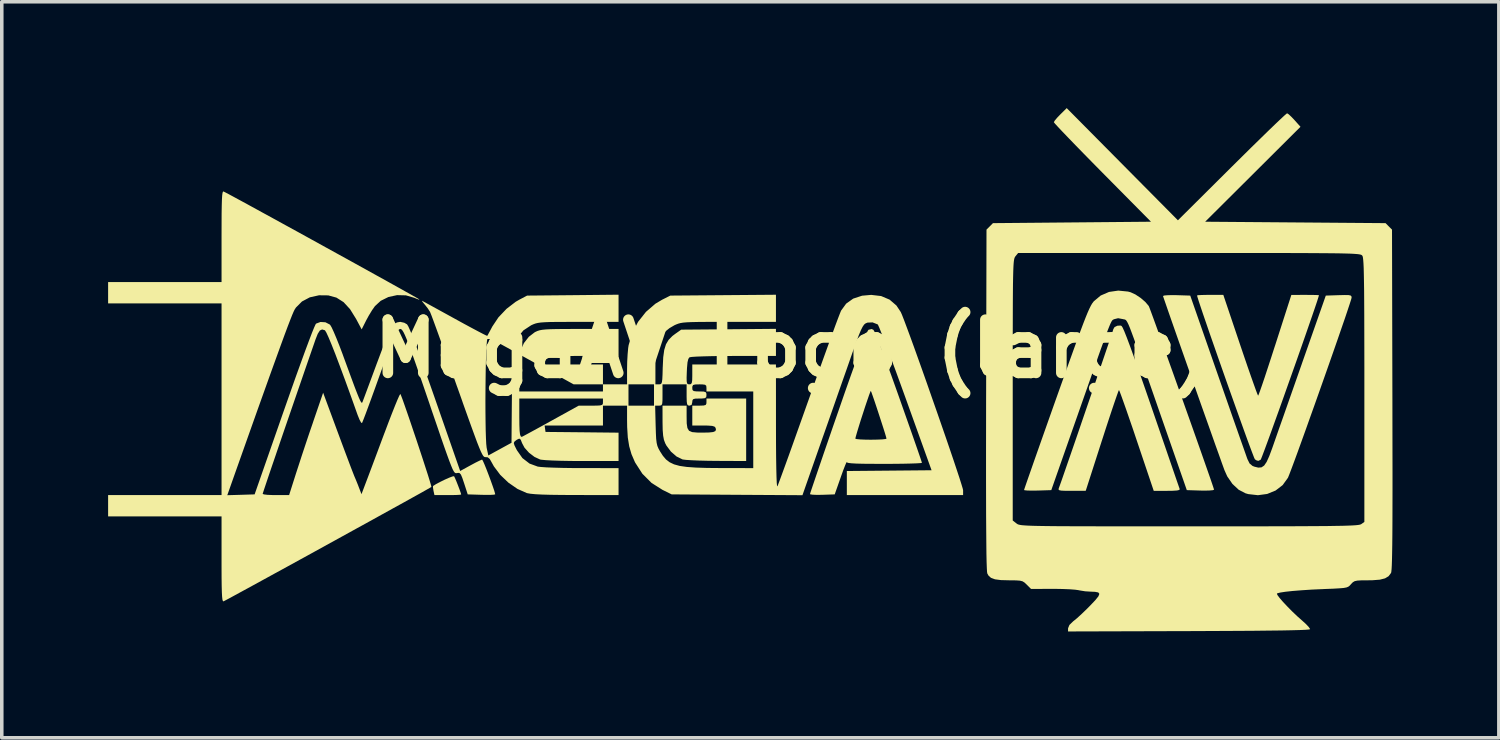
<source format=kicad_pcb>
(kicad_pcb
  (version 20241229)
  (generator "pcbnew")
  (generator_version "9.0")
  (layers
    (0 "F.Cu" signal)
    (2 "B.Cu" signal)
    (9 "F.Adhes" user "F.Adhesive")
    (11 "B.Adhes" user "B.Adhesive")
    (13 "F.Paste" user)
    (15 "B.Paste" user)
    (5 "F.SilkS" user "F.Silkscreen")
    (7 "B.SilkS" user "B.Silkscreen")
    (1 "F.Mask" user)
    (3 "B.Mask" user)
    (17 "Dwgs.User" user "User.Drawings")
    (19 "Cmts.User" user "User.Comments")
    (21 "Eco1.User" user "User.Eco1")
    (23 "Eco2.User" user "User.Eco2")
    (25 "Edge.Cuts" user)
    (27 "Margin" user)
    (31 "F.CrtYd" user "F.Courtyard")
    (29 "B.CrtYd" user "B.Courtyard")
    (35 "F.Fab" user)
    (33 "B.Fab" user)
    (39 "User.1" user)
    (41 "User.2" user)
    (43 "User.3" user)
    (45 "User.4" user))
  (footprint "MegaAV Logo (large)"
    (layer "F.Cu")
    (at 19.32 6.791)
    (property "Reference" "MegaAV Logo (large)" (at 0 0 0) (layer "F.SilkS") (effects (font (size 1.5 1.5) (thickness 0.3))))
    (attr board_only exclude_from_pos_files exclude_from_bom)
    (fp_poly (pts (xy -9.561 3.593) (xy -9.536 3.642) (xy -9.494 3.74) (xy -9.446 3.862) (xy -9.401 3.981) (xy -9.369 4.073) (xy -9.36 4.11) (xy -9.397 4.117) (xy -9.497 4.123) (xy -9.641 4.126) (xy -9.737 4.126) (xy -10.114 4.126) (xy -10.141 4.003) (xy -10.155 3.915) (xy -10.154 3.871) (xy -10.154 3.87) (xy -10.071 3.817) (xy -9.954 3.755) (xy -9.824 3.691) (xy -9.702 3.637) (xy -9.608 3.601) (xy -9.562 3.593)) (stroke (width 0) (type solid)) (fill yes) (layer "F.SilkS"))
    (fp_poly (pts (xy -1.32 2.284) (xy -1.32 3.165) (xy -2.15 3.161) (xy -2.409 3.158) (xy -2.649 3.152) (xy -2.856 3.143) (xy -3.014 3.133) (xy -3.11 3.121) (xy -3.12 3.118) (xy -3.283 3.038) (xy -3.441 2.901) (xy -3.569 2.73) (xy -3.604 2.664) (xy -3.64 2.567) (xy -3.662 2.449) (xy -3.675 2.291) (xy -3.679 2.073) (xy -3.679 2.053) (xy -3.68 1.603) (xy -3.34 1.603) (xy -3 1.603) (xy -3 1.906) (xy -2.997 2.103) (xy -2.978 2.233) (xy -2.932 2.311) (xy -2.844 2.349) (xy -2.702 2.362) (xy -2.561 2.364) (xy -2.371 2.36) (xy -2.251 2.347) (xy -2.188 2.32) (xy -2.172 2.275) (xy -2.184 2.227) (xy -2.213 2.194) (xy -2.28 2.174) (xy -2.399 2.165) (xy -2.524 2.163) (xy -2.84 2.163) (xy -2.84 1.883) (xy -2.84 1.603) (xy -2.64 1.603) (xy -2.521 1.599) (xy -2.462 1.583) (xy -2.442 1.543) (xy -2.44 1.502) (xy -2.44 1.402) (xy -1.88 1.402) (xy -1.32 1.402)) (stroke (width 0) (type solid)) (fill yes) (layer "F.SilkS"))
    (fp_poly (pts (xy 12.62 -0.101) (xy 12.729 0.22) (xy 12.83 0.515) (xy 12.921 0.776) (xy 12.999 0.996) (xy 13.06 1.166) (xy 13.102 1.277) (xy 13.122 1.321) (xy 13.123 1.322) (xy 13.14 1.285) (xy 13.179 1.18) (xy 13.236 1.016) (xy 13.309 0.801) (xy 13.394 0.542) (xy 13.49 0.249) (xy 13.593 -0.07) (xy 13.603 -0.099) (xy 14.06 -1.521) (xy 14.45 -1.522) (xy 14.615 -1.521) (xy 14.746 -1.519) (xy 14.824 -1.515) (xy 14.839 -1.512) (xy 14.824 -1.459) (xy 14.786 -1.338) (xy 14.726 -1.16) (xy 14.648 -0.932) (xy 14.554 -0.661) (xy 14.448 -0.355) (xy 14.332 -0.023) (xy 14.209 0.327) (xy 14.081 0.688) (xy 13.952 1.051) (xy 13.825 1.41) (xy 13.702 1.754) (xy 13.585 2.078) (xy 13.479 2.373) (xy 13.385 2.63) (xy 13.307 2.842) (xy 13.247 3.001) (xy 13.208 3.1) (xy 13.194 3.129) (xy 13.127 3.161) (xy 13.069 3.143) (xy 13.031 3.115) (xy 13.011 3.073) (xy 12.968 2.962) (xy 12.904 2.793) (xy 12.822 2.571) (xy 12.726 2.306) (xy 12.618 2.005) (xy 12.5 1.676) (xy 12.376 1.328) (xy 12.248 0.968) (xy 12.12 0.605) (xy 11.994 0.246) (xy 11.873 -0.101) (xy 11.759 -0.427) (xy 11.657 -0.725) (xy 11.567 -0.987) (xy 11.494 -1.204) (xy 11.44 -1.368) (xy 11.408 -1.473) (xy 11.4 -1.507) (xy 11.437 -1.514) (xy 11.537 -1.519) (xy 11.681 -1.522) (xy 11.77 -1.522) (xy 12.141 -1.522)) (stroke (width 0) (type solid)) (fill yes) (layer "F.SilkS"))
    (fp_poly (pts (xy 9.27 -0.646) (xy 9.298 -0.604) (xy 9.348 -0.494) (xy 9.419 -0.316) (xy 9.512 -0.068) (xy 9.627 0.25) (xy 9.766 0.641) (xy 9.928 1.105) (xy 10.115 1.645) (xy 10.116 1.649) (xy 10.256 2.056) (xy 10.389 2.442) (xy 10.512 2.799) (xy 10.622 3.12) (xy 10.718 3.399) (xy 10.797 3.629) (xy 10.857 3.803) (xy 10.896 3.914) (xy 10.91 3.956) (xy 10.899 3.981) (xy 10.836 3.996) (xy 10.711 4.004) (xy 10.553 4.006) (xy 10.178 4.006) (xy 9.699 2.585) (xy 9.591 2.264) (xy 9.489 1.969) (xy 9.399 1.708) (xy 9.321 1.488) (xy 9.26 1.318) (xy 9.218 1.207) (xy 9.198 1.163) (xy 9.197 1.162) (xy 9.18 1.199) (xy 9.142 1.304) (xy 9.085 1.468) (xy 9.012 1.683) (xy 8.926 1.942) (xy 8.83 2.234) (xy 8.727 2.553) (xy 8.717 2.583) (xy 8.26 4.004) (xy 7.866 4.005) (xy 7.686 4.005) (xy 7.572 4) (xy 7.512 3.988) (xy 7.492 3.967) (xy 7.498 3.936) (xy 7.526 3.86) (xy 7.576 3.72) (xy 7.644 3.524) (xy 7.728 3.281) (xy 7.826 2.999) (xy 7.934 2.686) (xy 8.05 2.35) (xy 8.17 1.998) (xy 8.293 1.64) (xy 8.416 1.283) (xy 8.535 0.935) (xy 8.647 0.605) (xy 8.751 0.3) (xy 8.843 0.029) (xy 8.921 -0.2) (xy 8.982 -0.38) (xy 9.022 -0.502) (xy 9.039 -0.558) (xy 9.04 -0.56) (xy 9.074 -0.615) (xy 9.152 -0.652) (xy 9.24 -0.657)) (stroke (width 0) (type solid)) (fill yes) (layer "F.SilkS"))
    (fp_poly (pts (xy 15.675 -1.516) (xy 15.733 -1.504) (xy 15.756 -1.48) (xy 15.76 -1.444) (xy 15.747 -1.393) (xy 15.709 -1.274) (xy 15.65 -1.095) (xy 15.572 -0.863) (xy 15.477 -0.588) (xy 15.369 -0.275) (xy 15.25 0.066) (xy 15.123 0.429) (xy 14.99 0.806) (xy 14.855 1.188) (xy 14.72 1.569) (xy 14.587 1.94) (xy 14.461 2.294) (xy 14.342 2.624) (xy 14.235 2.92) (xy 14.141 3.176) (xy 14.063 3.385) (xy 14.005 3.537) (xy 13.969 3.626) (xy 13.963 3.639) (xy 13.815 3.844) (xy 13.616 3.997) (xy 13.378 4.094) (xy 13.117 4.129) (xy 12.845 4.098) (xy 12.766 4.075) (xy 12.574 3.975) (xy 12.398 3.811) (xy 12.251 3.597) (xy 12.174 3.425) (xy 12.102 3.227) (xy 12.014 2.979) (xy 11.91 2.69) (xy 11.796 2.367) (xy 11.672 2.018) (xy 11.541 1.65) (xy 11.407 1.271) (xy 11.272 0.888) (xy 11.138 0.509) (xy 11.009 0.142) (xy 10.886 -0.207) (xy 10.773 -0.529) (xy 10.672 -0.817) (xy 10.586 -1.064) (xy 10.518 -1.261) (xy 10.469 -1.402) (xy 10.443 -1.479) (xy 10.44 -1.491) (xy 10.477 -1.505) (xy 10.577 -1.513) (xy 10.722 -1.516) (xy 10.824 -1.514) (xy 11.208 -1.502) (xy 11.983 0.721) (xy 12.126 1.13) (xy 12.262 1.52) (xy 12.389 1.884) (xy 12.505 2.214) (xy 12.607 2.505) (xy 12.693 2.748) (xy 12.759 2.935) (xy 12.803 3.061) (xy 12.822 3.113) (xy 12.882 3.234) (xy 12.963 3.302) (xy 13.017 3.324) (xy 13.128 3.351) (xy 13.217 3.344) (xy 13.293 3.293) (xy 13.363 3.19) (xy 13.437 3.026) (xy 13.518 2.809) (xy 13.564 2.678) (xy 13.633 2.48) (xy 13.722 2.226) (xy 13.828 1.926) (xy 13.947 1.587) (xy 14.075 1.222) (xy 14.21 0.838) (xy 14.348 0.445) (xy 14.356 0.421) (xy 15.032 -1.502) (xy 15.396 -1.514) (xy 15.568 -1.518)) (stroke (width 0) (type solid)) (fill yes) (layer "F.SilkS"))
    (fp_poly (pts (xy 2.268 -0.538) (xy 2.297 -0.49) (xy 2.351 -0.37) (xy 2.427 -0.182) (xy 2.523 0.069) (xy 2.639 0.379) (xy 2.773 0.745) (xy 2.922 1.162) (xy 2.987 1.345) (xy 3.116 1.711) (xy 3.237 2.054) (xy 3.347 2.366) (xy 3.443 2.641) (xy 3.523 2.871) (xy 3.584 3.048) (xy 3.623 3.165) (xy 3.639 3.214) (xy 3.639 3.215) (xy 3.601 3.223) (xy 3.493 3.23) (xy 3.327 3.236) (xy 3.111 3.241) (xy 2.857 3.244) (xy 2.58 3.245) (xy 2.246 3.244) (xy 1.984 3.242) (xy 1.789 3.237) (xy 1.651 3.229) (xy 1.566 3.219) (xy 1.524 3.205) (xy 1.518 3.195) (xy 1.505 3.211) (xy 1.471 3.291) (xy 1.42 3.421) (xy 1.359 3.591) (xy 1.347 3.626) (xy 1.178 4.106) (xy 0.829 4.118) (xy 0.673 4.12) (xy 0.554 4.115) (xy 0.488 4.104) (xy 0.481 4.098) (xy 0.493 4.055) (xy 0.53 3.944) (xy 0.589 3.77) (xy 0.667 3.54) (xy 0.762 3.262) (xy 0.872 2.94) (xy 0.995 2.583) (xy 1.012 2.534) (xy 1.76 2.534) (xy 1.797 2.546) (xy 1.898 2.556) (xy 2.047 2.562) (xy 2.2 2.564) (xy 2.377 2.561) (xy 2.519 2.555) (xy 2.612 2.544) (xy 2.639 2.534) (xy 2.627 2.485) (xy 2.595 2.377) (xy 2.547 2.225) (xy 2.488 2.043) (xy 2.424 1.846) (xy 2.36 1.651) (xy 2.3 1.472) (xy 2.249 1.325) (xy 2.213 1.224) (xy 2.197 1.185) (xy 2.181 1.216) (xy 2.146 1.309) (xy 2.098 1.449) (xy 2.039 1.623) (xy 1.977 1.814) (xy 1.914 2.008) (xy 1.857 2.192) (xy 1.809 2.35) (xy 1.775 2.468) (xy 1.76 2.53) (xy 1.76 2.534) (xy 1.012 2.534) (xy 1.128 2.197) (xy 1.27 1.789) (xy 1.271 1.787) (xy 1.458 1.246) (xy 1.624 0.776) (xy 1.768 0.375) (xy 1.888 0.046) (xy 1.985 -0.211) (xy 2.059 -0.395) (xy 2.108 -0.504) (xy 2.13 -0.537) (xy 2.218 -0.559)) (stroke (width 0) (type solid)) (fill yes) (layer "F.SilkS"))
    (fp_poly (pts (xy 9.45 -1.616) (xy 9.526 -1.596) (xy 9.659 -1.535) (xy 9.807 -1.437) (xy 9.94 -1.323) (xy 10.032 -1.215) (xy 10.042 -1.198) (xy 10.062 -1.148) (xy 10.106 -1.03) (xy 10.171 -0.853) (xy 10.254 -0.624) (xy 10.353 -0.35) (xy 10.465 -0.039) (xy 10.586 0.301) (xy 10.716 0.663) (xy 10.85 1.04) (xy 10.986 1.423) (xy 11.122 1.806) (xy 11.255 2.18) (xy 11.382 2.539) (xy 11.5 2.874) (xy 11.607 3.179) (xy 11.7 3.445) (xy 11.777 3.665) (xy 11.834 3.832) (xy 11.869 3.938) (xy 11.88 3.974) (xy 11.843 3.988) (xy 11.743 3.997) (xy 11.598 4) (xy 11.496 3.998) (xy 11.111 3.986) (xy 10.336 1.763) (xy 10.161 1.259) (xy 10.01 0.826) (xy 9.882 0.458) (xy 9.774 0.149) (xy 9.684 -0.106) (xy 9.61 -0.311) (xy 9.55 -0.473) (xy 9.503 -0.597) (xy 9.465 -0.687) (xy 9.434 -0.75) (xy 9.409 -0.791) (xy 9.388 -0.814) (xy 9.368 -0.826) (xy 9.347 -0.831) (xy 9.324 -0.835) (xy 9.303 -0.84) (xy 9.172 -0.864) (xy 9.068 -0.838) (xy 9.05 -0.831) (xy 9.034 -0.824) (xy 9.019 -0.814) (xy 9.002 -0.795) (xy 8.982 -0.762) (xy 8.957 -0.711) (xy 8.925 -0.636) (xy 8.884 -0.533) (xy 8.833 -0.398) (xy 8.77 -0.225) (xy 8.692 -0.01) (xy 8.599 0.252) (xy 8.488 0.567) (xy 8.358 0.938) (xy 8.206 1.37) (xy 8.031 1.869) (xy 7.843 2.404) (xy 7.288 3.986) (xy 6.904 3.998) (xy 6.74 4) (xy 6.611 3.997) (xy 6.534 3.989) (xy 6.52 3.982) (xy 6.533 3.94) (xy 6.571 3.829) (xy 6.631 3.656) (xy 6.712 3.425) (xy 6.81 3.144) (xy 6.925 2.818) (xy 7.053 2.455) (xy 7.193 2.059) (xy 7.342 1.638) (xy 7.43 1.39) (xy 7.611 0.882) (xy 7.767 0.443) (xy 7.902 0.068) (xy 8.016 -0.247) (xy 8.113 -0.509) (xy 8.194 -0.724) (xy 8.261 -0.896) (xy 8.317 -1.032) (xy 8.364 -1.137) (xy 8.404 -1.217) (xy 8.439 -1.277) (xy 8.472 -1.322) (xy 8.49 -1.344) (xy 8.682 -1.504) (xy 8.916 -1.605) (xy 9.177 -1.643)) (stroke (width 0) (type solid)) (fill yes) (layer "F.SilkS"))
    (fp_poly (pts (xy 9.292 -5.208) (xy 10.86 -3.626) (xy 12.38 -5.137) (xy 12.669 -5.423) (xy 12.941 -5.692) (xy 13.192 -5.937) (xy 13.415 -6.155) (xy 13.606 -6.339) (xy 13.759 -6.484) (xy 13.869 -6.586) (xy 13.93 -6.638) (xy 13.94 -6.645) (xy 13.986 -6.616) (xy 14.065 -6.542) (xy 14.149 -6.453) (xy 14.318 -6.264) (xy 12.974 -4.925) (xy 11.629 -3.586) (xy 14.174 -3.566) (xy 16.718 -3.546) (xy 16.809 -3.454) (xy 16.9 -3.363) (xy 16.911 1.433) (xy 16.912 2.188) (xy 16.913 2.865) (xy 16.914 3.47) (xy 16.914 4.005) (xy 16.913 4.474) (xy 16.912 4.881) (xy 16.91 5.229) (xy 16.907 5.522) (xy 16.903 5.764) (xy 16.899 5.957) (xy 16.894 6.106) (xy 16.888 6.213) (xy 16.881 6.284) (xy 16.874 6.32) (xy 16.872 6.323) (xy 16.804 6.414) (xy 16.703 6.475) (xy 16.557 6.512) (xy 16.351 6.528) (xy 16.22 6.53) (xy 16.041 6.531) (xy 15.923 6.538) (xy 15.848 6.554) (xy 15.796 6.584) (xy 15.748 6.633) (xy 15.742 6.64) (xy 15.706 6.68) (xy 15.668 6.71) (xy 15.616 6.731) (xy 15.537 6.746) (xy 15.418 6.756) (xy 15.247 6.766) (xy 15.011 6.775) (xy 14.954 6.778) (xy 14.638 6.792) (xy 14.349 6.811) (xy 14.097 6.831) (xy 13.892 6.853) (xy 13.744 6.876) (xy 13.662 6.898) (xy 13.653 6.905) (xy 13.666 6.944) (xy 13.727 7.026) (xy 13.825 7.139) (xy 13.949 7.271) (xy 14.087 7.411) (xy 14.229 7.546) (xy 14.351 7.654) (xy 14.465 7.757) (xy 14.548 7.844) (xy 14.587 7.901) (xy 14.588 7.91) (xy 14.554 7.918) (xy 14.458 7.926) (xy 14.298 7.933) (xy 14.071 7.939) (xy 13.776 7.945) (xy 13.41 7.949) (xy 12.973 7.954) (xy 12.462 7.957) (xy 11.874 7.96) (xy 11.209 7.963) (xy 11.167 7.963) (xy 7.76 7.973) (xy 7.761 7.883) (xy 7.799 7.79) (xy 7.908 7.684) (xy 7.923 7.673) (xy 8.02 7.593) (xy 8.151 7.473) (xy 8.297 7.332) (xy 8.389 7.239) (xy 8.533 7.087) (xy 8.618 6.98) (xy 8.644 6.912) (xy 8.612 6.872) (xy 8.522 6.855) (xy 8.4 6.85) (xy 8.243 6.84) (xy 8.087 6.815) (xy 8.06 6.809) (xy 7.962 6.795) (xy 7.804 6.783) (xy 7.605 6.775) (xy 7.383 6.771) (xy 7.308 6.771) (xy 6.717 6.774) (xy 6.595 6.652) (xy 6.535 6.595) (xy 6.478 6.559) (xy 6.404 6.54) (xy 6.293 6.532) (xy 6.125 6.53) (xy 6.099 6.53) (xy 5.866 6.524) (xy 5.699 6.502) (xy 5.586 6.46) (xy 5.514 6.394) (xy 5.482 6.335) (xy 5.475 6.287) (xy 5.469 6.18) (xy 5.463 6.011) (xy 5.458 5.779) (xy 5.455 5.481) (xy 5.452 5.117) (xy 5.449 4.683) (xy 5.448 4.179) (xy 5.447 3.602) (xy 5.447 2.951) (xy 5.448 2.223) (xy 5.449 1.433) (xy 5.45 1.126) (xy 6.2 1.126) (xy 6.2 1.163) (xy 6.2 4.842) (xy 6.305 4.925) (xy 6.322 4.937) (xy 6.341 4.949) (xy 6.367 4.958) (xy 6.405 4.967) (xy 6.458 4.975) (xy 6.531 4.981) (xy 6.628 4.987) (xy 6.754 4.992) (xy 6.913 4.996) (xy 7.109 4.999) (xy 7.347 5.002) (xy 7.63 5.004) (xy 7.964 5.005) (xy 8.352 5.006) (xy 8.8 5.007) (xy 9.31 5.008) (xy 9.888 5.008) (xy 10.537 5.008) (xy 11.176 5.008) (xy 11.9 5.008) (xy 12.548 5.008) (xy 13.124 5.007) (xy 13.633 5.006) (xy 14.079 5.005) (xy 14.465 5.003) (xy 14.797 5.001) (xy 15.079 4.999) (xy 15.314 4.995) (xy 15.507 4.992) (xy 15.663 4.987) (xy 15.784 4.982) (xy 15.876 4.976) (xy 15.943 4.969) (xy 15.989 4.961) (xy 16.018 4.952) (xy 16.031 4.946) (xy 16.12 4.883) (xy 16.12 1.167) (xy 16.12 0.525) (xy 16.119 -0.041) (xy 16.118 -0.536) (xy 16.117 -0.965) (xy 16.115 -1.333) (xy 16.113 -1.643) (xy 16.109 -1.902) (xy 16.105 -2.112) (xy 16.101 -2.279) (xy 16.095 -2.407) (xy 16.088 -2.502) (xy 16.081 -2.567) (xy 16.072 -2.608) (xy 16.063 -2.626) (xy 16.053 -2.638) (xy 16.038 -2.649) (xy 16.014 -2.658) (xy 15.976 -2.666) (xy 15.921 -2.673) (xy 15.844 -2.679) (xy 15.74 -2.685) (xy 15.606 -2.689) (xy 15.438 -2.693) (xy 15.23 -2.696) (xy 14.979 -2.698) (xy 14.681 -2.7) (xy 14.331 -2.702) (xy 13.924 -2.703) (xy 13.458 -2.704) (xy 12.927 -2.704) (xy 12.328 -2.704) (xy 11.655 -2.704) (xy 11.18 -2.704) (xy 6.353 -2.704) (xy 6.276 -2.61) (xy 6.263 -2.591) (xy 6.252 -2.568) (xy 6.242 -2.533) (xy 6.233 -2.483) (xy 6.226 -2.413) (xy 6.22 -2.317) (xy 6.215 -2.191) (xy 6.211 -2.03) (xy 6.207 -1.828) (xy 6.205 -1.581) (xy 6.203 -1.284) (xy 6.202 -0.932) (xy 6.201 -0.52) (xy 6.2 -0.043) (xy 6.2 0.504) (xy 6.2 1.126) (xy 5.45 1.126) (xy 5.46 -3.363) (xy 5.551 -3.454) (xy 5.642 -3.546) (xy 7.871 -3.566) (xy 10.1 -3.586) (xy 8.73 -4.97) (xy 8.458 -5.246) (xy 8.204 -5.505) (xy 7.973 -5.742) (xy 7.771 -5.951) (xy 7.603 -6.126) (xy 7.475 -6.262) (xy 7.392 -6.353) (xy 7.36 -6.393) (xy 7.36 -6.394) (xy 7.387 -6.441) (xy 7.456 -6.523) (xy 7.542 -6.612) (xy 7.723 -6.791)) (stroke (width 0) (type solid)) (fill yes) (layer "F.SilkS"))
    (fp_poly (pts (xy -16.024 -4.419) (xy -15.917 -4.363) (xy -15.754 -4.275) (xy -15.54 -4.159) (xy -15.283 -4.019) (xy -14.988 -3.857) (xy -14.662 -3.679) (xy -14.313 -3.487) (xy -13.946 -3.286) (xy -13.567 -3.077) (xy -13.185 -2.866) (xy -12.804 -2.656) (xy -12.432 -2.451) (xy -12.075 -2.253) (xy -11.739 -2.067) (xy -11.432 -1.897) (xy -11.16 -1.745) (xy -10.929 -1.616) (xy -10.745 -1.513) (xy -10.616 -1.44) (xy -10.549 -1.4) (xy -10.54 -1.394) (xy -10.549 -1.388) (xy -10.614 -1.411) (xy -10.68 -1.439) (xy -10.919 -1.509) (xy -11.169 -1.515) (xy -11.413 -1.462) (xy -11.629 -1.355) (xy -11.791 -1.207) (xy -11.873 -1.091) (xy -11.966 -0.938) (xy -12.039 -0.804) (xy -12.167 -0.549) (xy -12.325 -0.845) (xy -12.495 -1.119) (xy -12.677 -1.317) (xy -12.879 -1.445) (xy -13.109 -1.508) (xy -13.37 -1.511) (xy -13.63 -1.453) (xy -13.851 -1.336) (xy -14.021 -1.165) (xy -14.059 -1.106) (xy -14.086 -1.051) (xy -14.128 -0.953) (xy -14.185 -0.809) (xy -14.259 -0.616) (xy -14.35 -0.372) (xy -14.459 -0.074) (xy -14.588 0.282) (xy -14.738 0.697) (xy -14.909 1.175) (xy -15.103 1.717) (xy -15.32 2.328) (xy -15.562 3.01) (xy -15.763 3.577) (xy -15.958 4.129) (xy -15.573 4.118) (xy -15.187 4.106) (xy -14.355 1.723) (xy -14.184 1.237) (xy -14.028 0.795) (xy -13.886 0.402) (xy -13.762 0.061) (xy -13.656 -0.223) (xy -13.571 -0.446) (xy -13.507 -0.604) (xy -13.466 -0.693) (xy -13.454 -0.711) (xy -13.329 -0.758) (xy -13.189 -0.749) (xy -13.07 -0.688) (xy -13.053 -0.671) (xy -13.015 -0.607) (xy -12.956 -0.48) (xy -12.881 -0.303) (xy -12.796 -0.09) (xy -12.706 0.147) (xy -12.687 0.2) (xy -12.555 0.56) (xy -12.448 0.851) (xy -12.363 1.08) (xy -12.296 1.253) (xy -12.246 1.377) (xy -12.209 1.459) (xy -12.183 1.505) (xy -12.165 1.522) (xy -12.152 1.516) (xy -12.143 1.498) (xy -12.122 1.442) (xy -12.076 1.32) (xy -12.011 1.145) (xy -11.93 0.927) (xy -11.837 0.676) (xy -11.736 0.403) (xy -11.735 0.401) (xy -11.61 0.068) (xy -11.5 -0.212) (xy -11.408 -0.433) (xy -11.336 -0.59) (xy -11.286 -0.677) (xy -11.274 -0.691) (xy -11.17 -0.745) (xy -11.08 -0.761) (xy -10.965 -0.736) (xy -10.887 -0.691) (xy -10.853 -0.636) (xy -10.796 -0.51) (xy -10.717 -0.312) (xy -10.614 -0.04) (xy -10.488 0.305) (xy -10.338 0.724) (xy -10.164 1.219) (xy -10.096 1.413) (xy -9.388 3.446) (xy -9.096 3.286) (xy -8.958 3.212) (xy -8.845 3.156) (xy -8.778 3.127) (xy -8.769 3.125) (xy -8.747 3.16) (xy -8.705 3.254) (xy -8.65 3.389) (xy -8.589 3.548) (xy -8.527 3.714) (xy -8.471 3.871) (xy -8.427 4) (xy -8.403 4.086) (xy -8.4 4.105) (xy -8.437 4.114) (xy -8.537 4.12) (xy -8.682 4.12) (xy -8.788 4.118) (xy -9.175 4.106) (xy -9.276 3.795) (xy -9.328 3.641) (xy -9.366 3.55) (xy -9.401 3.508) (xy -9.442 3.499) (xy -9.479 3.505) (xy -9.501 3.508) (xy -9.523 3.504) (xy -9.545 3.488) (xy -9.571 3.452) (xy -9.603 3.391) (xy -9.642 3.298) (xy -9.692 3.169) (xy -9.755 2.997) (xy -9.834 2.775) (xy -9.93 2.499) (xy -10.045 2.161) (xy -10.184 1.757) (xy -10.258 1.537) (xy -10.415 1.079) (xy -10.548 0.692) (xy -10.661 0.369) (xy -10.755 0.105) (xy -10.832 -0.105) (xy -10.896 -0.267) (xy -10.947 -0.388) (xy -10.988 -0.472) (xy -11.022 -0.525) (xy -11.05 -0.553) (xy -11.074 -0.561) (xy -11.075 -0.561) (xy -11.11 -0.55) (xy -11.148 -0.514) (xy -11.192 -0.446) (xy -11.246 -0.339) (xy -11.312 -0.186) (xy -11.393 0.02) (xy -11.492 0.285) (xy -11.612 0.615) (xy -11.679 0.801) (xy -11.787 1.103) (xy -11.888 1.381) (xy -11.978 1.626) (xy -12.053 1.829) (xy -12.111 1.98) (xy -12.148 2.072) (xy -12.159 2.095) (xy -12.185 2.077) (xy -12.227 2) (xy -12.276 1.879) (xy -12.278 1.875) (xy -12.464 1.354) (xy -12.632 0.891) (xy -12.781 0.49) (xy -12.909 0.151) (xy -13.017 -0.122) (xy -13.102 -0.326) (xy -13.164 -0.46) (xy -13.202 -0.521) (xy -13.205 -0.524) (xy -13.283 -0.547) (xy -13.347 -0.517) (xy -13.406 -0.424) (xy -13.467 -0.27) (xy -13.614 0.154) (xy -13.764 0.587) (xy -13.914 1.023) (xy -14.063 1.455) (xy -14.208 1.876) (xy -14.347 2.28) (xy -14.477 2.66) (xy -14.596 3.01) (xy -14.703 3.322) (xy -14.794 3.59) (xy -14.867 3.808) (xy -14.921 3.969) (xy -14.952 4.065) (xy -14.96 4.092) (xy -14.923 4.107) (xy -14.823 4.119) (xy -14.679 4.125) (xy -14.587 4.126) (xy -14.214 4.126) (xy -14.021 3.519) (xy -13.945 3.286) (xy -13.852 3) (xy -13.748 2.687) (xy -13.642 2.371) (xy -13.541 2.077) (xy -13.541 2.075) (xy -13.254 1.238) (xy -12.842 2.352) (xy -12.735 2.64) (xy -12.635 2.908) (xy -12.545 3.147) (xy -12.471 3.344) (xy -12.414 3.491) (xy -12.381 3.575) (xy -12.377 3.586) (xy -12.33 3.696) (xy -12.273 3.837) (xy -12.248 3.903) (xy -12.172 4.1) (xy -12.052 3.783) (xy -12.006 3.662) (xy -11.937 3.479) (xy -11.85 3.247) (xy -11.75 2.98) (xy -11.642 2.69) (xy -11.53 2.39) (xy -11.516 2.355) (xy -11.411 2.076) (xy -11.314 1.825) (xy -11.229 1.611) (xy -11.159 1.441) (xy -11.108 1.326) (xy -11.079 1.275) (xy -11.076 1.273) (xy -11.055 1.319) (xy -11.013 1.429) (xy -10.955 1.593) (xy -10.883 1.8) (xy -10.801 2.039) (xy -10.713 2.3) (xy -10.621 2.572) (xy -10.531 2.844) (xy -10.444 3.107) (xy -10.366 3.348) (xy -10.298 3.558) (xy -10.246 3.727) (xy -10.212 3.842) (xy -10.2 3.895) (xy -10.2 3.896) (xy -10.24 3.92) (xy -10.344 3.979) (xy -10.505 4.07) (xy -10.718 4.188) (xy -10.975 4.331) (xy -11.271 4.494) (xy -11.598 4.675) (xy -11.952 4.871) (xy -12.325 5.076) (xy -12.711 5.289) (xy -13.104 5.505) (xy -13.497 5.722) (xy -13.885 5.935) (xy -14.26 6.141) (xy -14.617 6.336) (xy -14.949 6.518) (xy -15.25 6.683) (xy -15.513 6.826) (xy -15.733 6.946) (xy -15.902 7.038) (xy -16.015 7.098) (xy -16.065 7.124) (xy -16.067 7.124) (xy -16.082 7.115) (xy -16.095 7.074) (xy -16.104 6.995) (xy -16.111 6.869) (xy -16.116 6.689) (xy -16.119 6.448) (xy -16.12 6.138) (xy -16.12 5.932) (xy -16.12 4.727) (xy -17.72 4.727) (xy -19.32 4.727) (xy -19.32 4.427) (xy -19.32 4.126) (xy -17.72 4.126) (xy -16.12 4.126) (xy -16.12 1.422) (xy -16.12 -1.282) (xy -17.72 -1.282) (xy -19.32 -1.282) (xy -19.32 -1.582) (xy -19.32 -1.883) (xy -17.72 -1.883) (xy -16.12 -1.883) (xy -16.12 -3.168) (xy -16.119 -3.532) (xy -16.118 -3.823) (xy -16.114 -4.048) (xy -16.109 -4.215) (xy -16.102 -4.33) (xy -16.092 -4.401) (xy -16.079 -4.435) (xy -16.067 -4.44)) (stroke (width 0) (type solid)) (fill yes) (layer "F.SilkS"))
    (fp_poly (pts (xy -4.92 -1.144) (xy -4.92 -0.761) (xy -6.05 -0.761) (xy -6.381 -0.76) (xy -6.642 -0.759) (xy -6.844 -0.757) (xy -6.996 -0.751) (xy -7.11 -0.743) (xy -7.196 -0.731) (xy -7.263 -0.715) (xy -7.323 -0.693) (xy -7.385 -0.665) (xy -7.605 -0.52) (xy -7.77 -0.318) (xy -7.856 -0.13) (xy -7.89 -0.026) (xy -7.89 0.033) (xy -7.852 0.074) (xy -7.817 0.098) (xy -7.778 0.128) (xy -7.75 0.164) (xy -7.734 0.221) (xy -7.724 0.314) (xy -7.721 0.458) (xy -7.72 0.666) (xy -7.72 0.682) (xy -7.72 1.202) (xy -6.54 1.202) (xy -5.36 1.202) (xy -5.36 1.102) (xy -5.36 1.002) (xy -5.774 1.002) (xy -6.187 1.002) (xy -6.951 0.58) (xy -7.714 0.158) (xy -7.678 0.033) (xy -7.589 -0.164) (xy -7.451 -0.34) (xy -7.286 -0.467) (xy -7.263 -0.479) (xy -7.208 -0.504) (xy -7.148 -0.523) (xy -7.074 -0.537) (xy -6.975 -0.547) (xy -6.841 -0.554) (xy -6.661 -0.558) (xy -6.425 -0.56) (xy -6.123 -0.561) (xy -6.007 -0.561) (xy -4.92 -0.561) (xy -4.92 -0.18) (xy -4.92 0.2) (xy -5.897 0.2) (xy -6.171 0.201) (xy -6.421 0.204) (xy -6.634 0.208) (xy -6.8 0.214) (xy -6.905 0.22) (xy -6.937 0.225) (xy -6.986 0.279) (xy -7 0.345) (xy -7 0.441) (xy -6.18 0.441) (xy -5.36 0.441) (xy -5.36 0.721) (xy -5.36 1.002) (xy -5.02 1.002) (xy -4.68 1.002) (xy -4.68 0.568) (xy -4.676 0.359) (xy -4.664 0.15) (xy -4.648 -0.027) (xy -4.636 -0.103) (xy -4.536 -0.443) (xy -4.369 -0.762) (xy -4.147 -1.043) (xy -3.88 -1.273) (xy -3.694 -1.384) (xy -3.46 -1.502) (xy -1.97 -1.514) (xy -0.48 -1.526) (xy -0.48 -1.144) (xy -0.48 -0.761) (xy -1.81 -0.761) (xy -2.171 -0.761) (xy -2.462 -0.76) (xy -2.691 -0.758) (xy -2.868 -0.754) (xy -3.002 -0.748) (xy -3.102 -0.739) (xy -3.178 -0.726) (xy -3.239 -0.709) (xy -3.294 -0.688) (xy -3.345 -0.665) (xy -3.483 -0.584) (xy -3.606 -0.485) (xy -3.653 -0.433) (xy -3.744 -0.303) (xy -3.807 -0.176) (xy -3.848 -0.035) (xy -3.87 0.139) (xy -3.879 0.365) (xy -3.88 0.5) (xy -3.88 1.002) (xy -3.783 1.002) (xy -3.743 0.999) (xy -3.715 0.983) (xy -3.697 0.941) (xy -3.686 0.858) (xy -3.679 0.722) (xy -3.674 0.52) (xy -3.673 0.511) (xy -3.66 0.238) (xy -3.631 0.03) (xy -3.582 -0.129) (xy -3.507 -0.254) (xy -3.401 -0.362) (xy -3.323 -0.421) (xy -3.153 -0.541) (xy -1.817 -0.552) (xy -0.48 -0.564) (xy -0.48 -0.182) (xy -0.48 0.2) (xy -1.67 0.201) (xy -1.989 0.202) (xy -2.276 0.206) (xy -2.522 0.212) (xy -2.717 0.219) (xy -2.852 0.228) (xy -2.917 0.238) (xy -2.92 0.24) (xy -2.952 0.285) (xy -2.975 0.38) (xy -2.989 0.538) (xy -2.994 0.64) (xy -3 0.811) (xy -2.998 0.917) (xy -2.987 0.974) (xy -2.962 0.997) (xy -2.924 1.002) (xy -2.88 0.995) (xy -2.855 0.963) (xy -2.843 0.89) (xy -2.84 0.757) (xy -2.84 0.721) (xy -2.84 0.441) (xy -1.66 0.441) (xy -0.48 0.441) (xy -0.479 2.193) (xy -0.478 2.662) (xy -0.475 3.056) (xy -0.47 3.375) (xy -0.464 3.617) (xy -0.457 3.782) (xy -0.448 3.868) (xy -0.439 3.88) (xy -0.419 3.831) (xy -0.375 3.713) (xy -0.309 3.534) (xy -0.223 3.298) (xy -0.12 3.014) (xy -0.003 2.687) (xy 0.126 2.324) (xy 0.266 1.932) (xy 0.413 1.518) (xy 0.438 1.449) (xy 0.587 1.028) (xy 0.731 0.626) (xy 0.866 0.25) (xy 0.99 -0.093) (xy 1.1 -0.396) (xy 1.194 -0.653) (xy 1.27 -0.856) (xy 1.325 -0.998) (xy 1.355 -1.072) (xy 1.357 -1.077) (xy 1.501 -1.275) (xy 1.7 -1.417) (xy 1.95 -1.499) (xy 2.207 -1.522) (xy 2.488 -1.489) (xy 2.726 -1.388) (xy 2.919 -1.222) (xy 3.042 -1.037) (xy 3.077 -0.957) (xy 3.134 -0.811) (xy 3.21 -0.608) (xy 3.303 -0.357) (xy 3.41 -0.063) (xy 3.527 0.263) (xy 3.653 0.616) (xy 3.784 0.986) (xy 3.917 1.367) (xy 4.051 1.749) (xy 4.182 2.126) (xy 4.308 2.489) (xy 4.425 2.831) (xy 4.531 3.143) (xy 4.623 3.419) (xy 4.699 3.649) (xy 4.755 3.827) (xy 4.79 3.944) (xy 4.8 3.99) (xy 4.8 4.126) (xy 3.16 4.126) (xy 1.52 4.126) (xy 1.52 3.787) (xy 1.52 3.447) (xy 2.715 3.436) (xy 3.91 3.425) (xy 3.176 1.385) (xy 3.036 0.999) (xy 2.904 0.636) (xy 2.78 0.303) (xy 2.669 0.006) (xy 2.573 -0.248) (xy 2.494 -0.45) (xy 2.436 -0.595) (xy 2.4 -0.675) (xy 2.391 -0.689) (xy 2.246 -0.746) (xy 2.102 -0.74) (xy 2.047 -0.717) (xy 2.007 -0.684) (xy 1.965 -0.622) (xy 1.915 -0.522) (xy 1.854 -0.375) (xy 1.778 -0.171) (xy 1.681 0.1) (xy 1.681 0.1) (xy 1.608 0.309) (xy 1.513 0.581) (xy 1.4 0.901) (xy 1.275 1.258) (xy 1.143 1.636) (xy 1.007 2.024) (xy 0.872 2.408) (xy 0.841 2.495) (xy 0.268 4.129) (xy -1.577 4.118) (xy -3.422 4.106) (xy -3.681 3.978) (xy -3.99 3.782) (xy -4.248 3.524) (xy -4.45 3.211) (xy -4.462 3.187) (xy -4.555 2.972) (xy -4.619 2.751) (xy -4.659 2.503) (xy -4.677 2.21) (xy -4.68 2.013) (xy -4.68 1.603) (xy -5.02 1.603) (xy -5.36 1.603) (xy -5.36 1.883) (xy -5.36 2.163) (xy -6.183 2.163) (xy -7.006 2.163) (xy -6.993 2.254) (xy -6.98 2.344) (xy -5.95 2.354) (xy -4.92 2.365) (xy -4.92 2.765) (xy -4.92 3.165) (xy -5.95 3.165) (xy -6.267 3.163) (xy -6.55 3.158) (xy -6.791 3.15) (xy -6.978 3.14) (xy -7.1 3.128) (xy -7.133 3.122) (xy -7.291 3.049) (xy -7.446 2.931) (xy -7.573 2.789) (xy -7.641 2.662) (xy -7.68 2.562) (xy -7.721 2.532) (xy -7.785 2.562) (xy -7.82 2.587) (xy -7.862 2.623) (xy -7.875 2.662) (xy -7.856 2.724) (xy -7.803 2.831) (xy -7.786 2.863) (xy -7.632 3.082) (xy -7.431 3.237) (xy -7.2 3.322) (xy -7.111 3.333) (xy -6.956 3.344) (xy -6.746 3.352) (xy -6.495 3.359) (xy -6.216 3.363) (xy -5.97 3.364) (xy -4.92 3.365) (xy -4.92 3.746) (xy -4.92 4.126) (xy -6.13 4.124) (xy -6.518 4.122) (xy -6.832 4.118) (xy -7.081 4.111) (xy -7.269 4.101) (xy -7.405 4.088) (xy -7.495 4.072) (xy -7.51 4.068) (xy -7.771 3.952) (xy -8.027 3.775) (xy -8.256 3.557) (xy -8.437 3.316) (xy -8.493 3.215) (xy -8.554 3.107) (xy -8.611 3.06) (xy -8.671 3.055) (xy -8.693 3.054) (xy -8.715 3.044) (xy -8.74 3.017) (xy -8.769 2.969) (xy -8.806 2.893) (xy -8.852 2.784) (xy -8.911 2.635) (xy -8.983 2.44) (xy -9.073 2.194) (xy -9.182 1.891) (xy -9.313 1.524) (xy -9.334 1.462) (xy -8.676 1.462) (xy -8.675 1.763) (xy -8.672 2.046) (xy -8.668 2.301) (xy -8.661 2.516) (xy -8.653 2.681) (xy -8.642 2.785) (xy -8.64 2.796) (xy -8.594 3.008) (xy -8.267 2.829) (xy -7.94 2.65) (xy -7.934 1.916) (xy -7.72 1.916) (xy -7.718 2.147) (xy -7.712 2.309) (xy -7.7 2.412) (xy -7.681 2.466) (xy -7.654 2.484) (xy -7.651 2.484) (xy -7.613 2.465) (xy -7.516 2.413) (xy -7.368 2.333) (xy -7.181 2.231) (xy -6.964 2.112) (xy -6.84 2.043) (xy -6.044 1.603) (xy -5.702 1.603) (xy -5.537 1.602) (xy -5.436 1.596) (xy -5.383 1.581) (xy -5.363 1.551) (xy -5.36 1.503) (xy -5.36 1.502) (xy -5.36 1.402) (xy -6.54 1.402) (xy -7.72 1.402) (xy -7.72 1.916) (xy -7.934 1.916) (xy -7.929 1.348) (xy -7.929 1.302) (xy -4.64 1.302) (xy -4.64 1.603) (xy -4.28 1.603) (xy -3.92 1.603) (xy -3.888 1.603) (xy -3.874 2.153) (xy -3.867 2.377) (xy -3.859 2.538) (xy -3.845 2.654) (xy -3.824 2.741) (xy -3.792 2.816) (xy -3.75 2.892) (xy -3.669 3.018) (xy -3.582 3.12) (xy -3.48 3.199) (xy -3.355 3.259) (xy -3.195 3.303) (xy -2.993 3.332) (xy -2.738 3.35) (xy -2.422 3.36) (xy -2.07 3.363) (xy -1.12 3.365) (xy -1.12 2.284) (xy -1.12 1.202) (xy -1.78 1.202) (xy -2.44 1.202) (xy -2.44 1.102) (xy -2.446 1.042) (xy -2.48 1.013) (xy -2.56 1.003) (xy -2.64 1.002) (xy -2.759 1.005) (xy -2.818 1.021) (xy -2.838 1.062) (xy -2.84 1.102) (xy -2.834 1.161) (xy -2.8 1.191) (xy -2.72 1.201) (xy -2.64 1.202) (xy -2.521 1.205) (xy -2.462 1.222) (xy -2.442 1.262) (xy -2.44 1.302) (xy -2.446 1.361) (xy -2.48 1.391) (xy -2.56 1.401) (xy -2.64 1.402) (xy -2.759 1.405) (xy -2.818 1.422) (xy -2.838 1.462) (xy -2.84 1.502) (xy -2.859 1.581) (xy -2.92 1.603) (xy -2.961 1.595) (xy -2.985 1.563) (xy -2.996 1.489) (xy -3 1.356) (xy -3 1.302) (xy -3 1.002) (xy -3.34 1.002) (xy -3.68 1.002) (xy -3.68 1.302) (xy -3.681 1.455) (xy -3.688 1.544) (xy -3.708 1.588) (xy -3.745 1.601) (xy -3.784 1.603) (xy -3.888 1.603) (xy -3.92 1.603) (xy -3.92 1.302) (xy -3.92 1.002) (xy -4.28 1.002) (xy -4.64 1.002) (xy -4.64 1.302) (xy -7.929 1.302) (xy -7.919 0.045) (xy -8.249 -0.136) (xy -8.435 -0.231) (xy -8.558 -0.278) (xy -8.619 -0.278) (xy -8.62 -0.277) (xy -8.632 -0.226) (xy -8.643 -0.105) (xy -8.652 0.073) (xy -8.66 0.3) (xy -8.667 0.563) (xy -8.671 0.851) (xy -8.674 1.155) (xy -8.676 1.462) (xy -9.334 1.462) (xy -9.467 1.088) (xy -9.477 1.062) (xy -9.613 0.677) (xy -9.743 0.312) (xy -9.864 -0.024) (xy -9.972 -0.325) (xy -10.066 -0.584) (xy -10.142 -0.792) (xy -10.198 -0.942) (xy -10.232 -1.027) (xy -10.238 -1.042) (xy -10.301 -1.14) (xy -10.385 -1.247) (xy -10.395 -1.258) (xy -10.451 -1.326) (xy -10.467 -1.356) (xy -10.46 -1.354) (xy -10.415 -1.33) (xy -10.31 -1.273) (xy -10.155 -1.188) (xy -9.959 -1.08) (xy -9.733 -0.956) (xy -9.528 -0.843) (xy -9.286 -0.71) (xy -9.067 -0.592) (xy -8.883 -0.494) (xy -8.741 -0.42) (xy -8.652 -0.376) (xy -8.624 -0.366) (xy -8.601 -0.406) (xy -8.551 -0.498) (xy -8.485 -0.622) (xy -8.481 -0.63) (xy -8.308 -0.889) (xy -8.08 -1.129) (xy -7.821 -1.328) (xy -7.717 -1.388) (xy -7.5 -1.502) (xy -6.21 -1.514) (xy -4.92 -1.527)) (stroke (width 0) (type solid)) (fill yes) (layer "F.SilkS")))
  (gr_rect
    (start -3 -3)
    (end 39.234 17.764)
    (stroke (width 0.1) (type default))
    (fill no)
    (layer "Edge.Cuts")))
</source>
